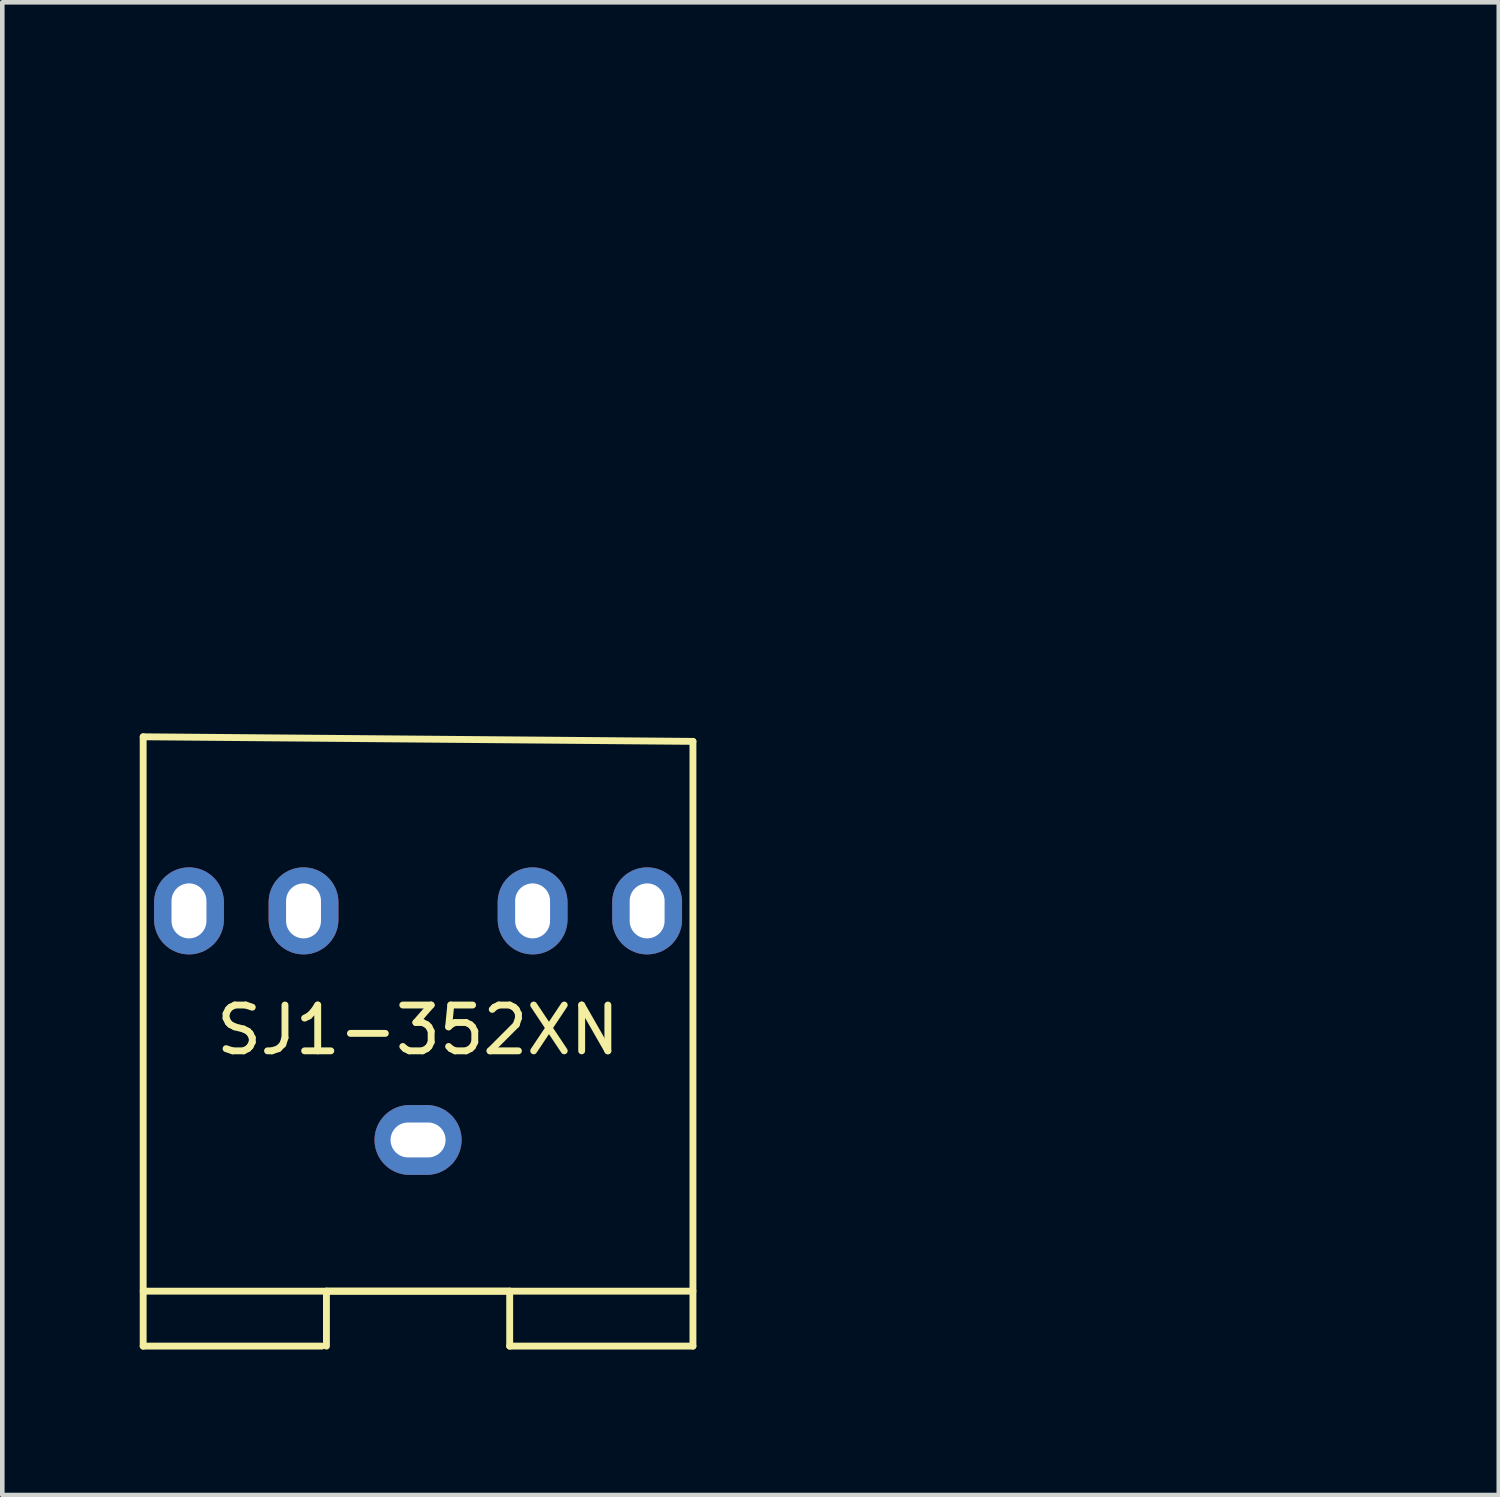
<source format=kicad_pcb>
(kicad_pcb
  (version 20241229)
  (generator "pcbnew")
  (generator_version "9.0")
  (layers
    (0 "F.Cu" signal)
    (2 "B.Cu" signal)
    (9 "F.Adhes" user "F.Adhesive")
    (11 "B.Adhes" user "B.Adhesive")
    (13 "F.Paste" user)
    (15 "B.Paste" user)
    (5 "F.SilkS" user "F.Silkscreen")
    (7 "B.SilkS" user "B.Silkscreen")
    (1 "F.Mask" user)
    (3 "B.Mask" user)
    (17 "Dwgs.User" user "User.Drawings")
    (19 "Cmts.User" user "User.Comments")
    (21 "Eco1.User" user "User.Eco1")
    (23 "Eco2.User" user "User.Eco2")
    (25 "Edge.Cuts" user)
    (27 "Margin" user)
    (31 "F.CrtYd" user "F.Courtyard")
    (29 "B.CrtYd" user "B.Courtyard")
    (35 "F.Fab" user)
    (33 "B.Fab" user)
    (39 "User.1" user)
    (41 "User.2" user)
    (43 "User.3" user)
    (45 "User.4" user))
  (footprint "gyro_logo"
    (layer "F.Cu")
    (at 13.282 4.985)
    (property "Reference" "gyro_logo" (at 0 0 0) (layer "F.Mask") (effects (font (size 1.524 1.524) (thickness 0.3))))
    (attr through_hole)
    (fp_poly (pts (xy 12.555 -4.658) (xy 12.906 -4.499) (xy 13.089 -4.347) (xy 13.263 -4.151) (xy 13.349 -3.97) (xy 13.376 -3.726) (xy 13.377 -3.607) (xy 13.316 -3.169) (xy 13.128 -2.839) (xy 12.805 -2.605) (xy 12.731 -2.572) (xy 12.366 -2.468) (xy 12.04 -2.497) (xy 11.774 -2.61) (xy 11.533 -2.795) (xy 11.34 -3.036) (xy 11.331 -3.053) (xy 11.198 -3.445) (xy 11.209 -3.814) (xy 11.34 -4.14) (xy 11.565 -4.406) (xy 11.859 -4.594) (xy 12.197 -4.684) (xy 12.555 -4.658)) (stroke (width 0.01) (type solid)) (fill yes) (layer "F.Mask"))
    (fp_poly (pts (xy 12.588 -1.167) (xy 12.777 -1.091) (xy 12.98 -0.924) (xy 13.049 -0.857) (xy 13.244 -0.643) (xy 13.341 -0.464) (xy 13.373 -0.245) (xy 13.374 -0.116) (xy 13.35 0.173) (xy 13.293 0.421) (xy 13.263 0.492) (xy 13.015 0.778) (xy 12.675 0.954) (xy 12.289 1.01) (xy 11.9 0.938) (xy 11.675 0.823) (xy 11.383 0.541) (xy 11.227 0.207) (xy 11.197 -0.15) (xy 11.283 -0.497) (xy 11.475 -0.803) (xy 11.761 -1.037) (xy 12.133 -1.168) (xy 12.341 -1.185) (xy 12.588 -1.167)) (stroke (width 0.01) (type solid)) (fill yes) (layer "F.Mask"))
    (fp_poly (pts (xy 2.288 -4.768) (xy 2.725 -4.505) (xy 2.773 -4.463) (xy 2.941 -4.228) (xy 2.969 -3.995) (xy 2.883 -3.791) (xy 2.712 -3.641) (xy 2.482 -3.574) (xy 2.22 -3.617) (xy 2.032 -3.725) (xy 1.731 -3.864) (xy 1.375 -3.889) (xy 1.035 -3.799) (xy 0.89 -3.711) (xy 0.755 -3.594) (xy 0.649 -3.466) (xy 0.568 -3.306) (xy 0.509 -3.094) (xy 0.468 -2.807) (xy 0.443 -2.427) (xy 0.429 -1.931) (xy 0.424 -1.298) (xy 0.423 -0.86) (xy 0.421 -0.159) (xy 0.414 0.388) (xy 0.401 0.795) (xy 0.381 1.078) (xy 0.355 1.252) (xy 0.32 1.331) (xy 0.318 1.334) (xy 0.044 1.47) (xy -0.224 1.438) (xy -0.368 1.35) (xy -0.593 1.173) (xy -0.593 -1.699) (xy -0.592 -2.474) (xy -0.59 -3.096) (xy -0.586 -3.585) (xy -0.579 -3.958) (xy -0.567 -4.233) (xy -0.549 -4.428) (xy -0.526 -4.56) (xy -0.494 -4.647) (xy -0.455 -4.707) (xy -0.423 -4.741) (xy -0.192 -4.889) (xy 0.056 -4.873) (xy 0.275 -4.743) (xy 0.427 -4.638) (xy 0.552 -4.624) (xy 0.73 -4.696) (xy 0.773 -4.718) (xy 1.272 -4.88) (xy 1.79 -4.895) (xy 2.288 -4.768)) (stroke (width 0.01) (type solid)) (fill yes) (layer "F.Mask"))
    (fp_poly (pts (xy 7.246 -4.901) (xy 7.729 -4.749) (xy 8.148 -4.477) (xy 8.385 -4.216) (xy 8.583 -3.913) (xy 8.728 -3.606) (xy 8.828 -3.262) (xy 8.891 -2.848) (xy 8.922 -2.332) (xy 8.93 -1.693) (xy 8.917 -1.024) (xy 8.877 -0.493) (xy 8.8 -0.071) (xy 8.677 0.271) (xy 8.5 0.563) (xy 8.259 0.835) (xy 8.126 0.959) (xy 7.652 1.3) (xy 7.157 1.476) (xy 6.622 1.493) (xy 6.232 1.419) (xy 5.88 1.255) (xy 5.527 0.966) (xy 5.21 0.594) (xy 4.971 0.18) (xy 4.923 0.064) (xy 4.728 -0.675) (xy 4.646 -1.513) (xy 4.657 -1.866) (xy 5.728 -1.866) (xy 5.741 -1.221) (xy 5.807 -0.711) (xy 5.931 -0.308) (xy 6.122 0.015) (xy 6.225 0.135) (xy 6.533 0.365) (xy 6.859 0.429) (xy 7.189 0.325) (xy 7.353 0.209) (xy 7.584 -0.042) (xy 7.749 -0.364) (xy 7.853 -0.781) (xy 7.906 -1.32) (xy 7.915 -1.778) (xy 7.91 -2.228) (xy 7.891 -2.554) (xy 7.852 -2.803) (xy 7.787 -3.021) (xy 7.712 -3.2) (xy 7.49 -3.577) (xy 7.224 -3.797) (xy 6.897 -3.87) (xy 6.69 -3.853) (xy 6.348 -3.732) (xy 6.085 -3.495) (xy 5.898 -3.13) (xy 5.781 -2.628) (xy 5.73 -1.979) (xy 5.728 -1.866) (xy 4.657 -1.866) (xy 4.671 -2.334) (xy 4.762 -3.003) (xy 4.913 -3.544) (xy 5.135 -3.988) (xy 5.354 -4.278) (xy 5.755 -4.619) (xy 6.226 -4.836) (xy 6.735 -4.93) (xy 7.246 -4.901)) (stroke (width 0.01) (type solid)) (fill yes) (layer "F.Mask"))
    (fp_poly (pts (xy -6.483 -4.867) (xy -6.331 -4.763) (xy -6.265 -4.642) (xy -6.153 -4.387) (xy -6.004 -4.023) (xy -5.829 -3.574) (xy -5.637 -3.065) (xy -5.543 -2.811) (xy -5.353 -2.299) (xy -5.178 -1.849) (xy -5.029 -1.483) (xy -4.914 -1.222) (xy -4.842 -1.088) (xy -4.824 -1.075) (xy -4.783 -1.173) (xy -4.704 -1.409) (xy -4.593 -1.759) (xy -4.458 -2.199) (xy -4.307 -2.702) (xy -4.243 -2.921) (xy -4.061 -3.525) (xy -3.898 -4.033) (xy -3.76 -4.426) (xy -3.652 -4.689) (xy -3.581 -4.805) (xy -3.338 -4.902) (xy -3.081 -4.881) (xy -2.861 -4.763) (xy -2.727 -4.568) (xy -2.709 -4.453) (xy -2.732 -4.345) (xy -2.798 -4.09) (xy -2.902 -3.704) (xy -3.039 -3.205) (xy -3.206 -2.609) (xy -3.397 -1.93) (xy -3.609 -1.187) (xy -3.836 -0.394) (xy -3.872 -0.27) (xy -4.155 0.709) (xy -4.398 1.537) (xy -4.604 2.227) (xy -4.778 2.79) (xy -4.923 3.24) (xy -5.044 3.59) (xy -5.144 3.85) (xy -5.227 4.035) (xy -5.29 4.144) (xy -5.562 4.451) (xy -5.906 4.7) (xy -6.283 4.877) (xy -6.655 4.967) (xy -6.983 4.954) (xy -7.176 4.869) (xy -7.326 4.669) (xy -7.376 4.403) (xy -7.327 4.137) (xy -7.178 3.942) (xy -6.982 3.841) (xy -6.843 3.81) (xy -6.534 3.734) (xy -6.249 3.534) (xy -6.105 3.351) (xy -6.02 3.17) (xy -5.905 2.868) (xy -5.773 2.485) (xy -5.64 2.064) (xy -5.634 2.045) (xy -5.32 1) (xy -6.015 -0.876) (xy -6.232 -1.46) (xy -6.448 -2.041) (xy -6.65 -2.583) (xy -6.825 -3.05) (xy -6.96 -3.408) (xy -6.999 -3.509) (xy -7.163 -3.993) (xy -7.234 -4.353) (xy -7.212 -4.609) (xy -7.099 -4.778) (xy -7.026 -4.827) (xy -6.748 -4.906) (xy -6.483 -4.867)) (stroke (width 0.01) (type solid)) (fill yes) (layer "F.Mask"))
    (fp_poly (pts (xy -10.833 -4.953) (xy -10.442 -4.819) (xy -10.215 -4.717) (xy -10.081 -4.692) (xy -9.985 -4.738) (xy -9.943 -4.777) (xy -9.752 -4.885) (xy -9.61 -4.911) (xy -9.491 -4.906) (xy -9.395 -4.881) (xy -9.319 -4.819) (xy -9.261 -4.703) (xy -9.216 -4.516) (xy -9.182 -4.241) (xy -9.156 -3.862) (xy -9.136 -3.361) (xy -9.117 -2.723) (xy -9.101 -2.06) (xy -9.078 -0.908) (xy -9.069 0.083) (xy -9.074 0.917) (xy -9.094 1.604) (xy -9.129 2.148) (xy -9.179 2.557) (xy -9.243 2.836) (xy -9.414 3.17) (xy -9.685 3.501) (xy -10.008 3.779) (xy -10.332 3.956) (xy -10.384 3.973) (xy -10.917 4.051) (xy -11.503 4.021) (xy -11.859 3.948) (xy -12.303 3.78) (xy -12.625 3.556) (xy -12.811 3.292) (xy -12.849 3.003) (xy -12.798 2.832) (xy -12.63 2.629) (xy -12.387 2.568) (xy -12.091 2.653) (xy -11.957 2.732) (xy -11.499 2.954) (xy -11.032 3.008) (xy -10.735 2.959) (xy -10.482 2.855) (xy -10.329 2.683) (xy -10.281 2.58) (xy -10.231 2.396) (xy -10.192 2.131) (xy -10.166 1.832) (xy -10.156 1.545) (xy -10.163 1.317) (xy -10.191 1.195) (xy -10.205 1.185) (xy -10.301 1.227) (xy -10.468 1.328) (xy -10.475 1.332) (xy -10.768 1.442) (xy -11.171 1.479) (xy -11.698 1.397) (xy -12.174 1.164) (xy -12.57 0.796) (xy -12.649 0.69) (xy -12.921 0.174) (xy -13.119 -0.454) (xy -13.238 -1.153) (xy -13.273 -1.811) (xy -12.23 -1.811) (xy -12.194 -1.223) (xy -12.096 -0.669) (xy -11.94 -0.192) (xy -11.726 0.169) (xy -11.702 0.197) (xy -11.445 0.411) (xy -11.163 0.485) (xy -10.819 0.426) (xy -10.667 0.371) (xy -10.435 0.251) (xy -10.27 0.118) (xy -10.242 0.08) (xy -10.217 -0.049) (xy -10.195 -0.32) (xy -10.177 -0.705) (xy -10.165 -1.176) (xy -10.16 -1.706) (xy -10.16 -1.809) (xy -10.16 -3.544) (xy -10.376 -3.713) (xy -10.734 -3.9) (xy -11.115 -3.94) (xy -11.478 -3.84) (xy -11.784 -3.61) (xy -11.939 -3.384) (xy -12.105 -2.932) (xy -12.201 -2.394) (xy -12.23 -1.811) (xy -13.273 -1.811) (xy -13.277 -1.884) (xy -13.232 -2.604) (xy -13.102 -3.274) (xy -12.944 -3.725) (xy -12.649 -4.222) (xy -12.266 -4.604) (xy -11.819 -4.86) (xy -11.333 -4.98) (xy -10.833 -4.953)) (stroke (width 0.01) (type solid)) (fill yes) (layer "F.Mask")))
  (footprint "SJ1-352XN"
    (layer "F.Cu")
    (at 6.075 26.332)
    (property "Reference" "SJ1-352XN" (at 0 -6.9 0) (layer "F.SilkS") (effects (font (size 1 1) (thickness 0.15))))
    (attr through_hole)
    (fp_line (start -6 -13.3) (end -6 0) (stroke (width 0.15) (type solid)) (layer "F.SilkS"))
    (fp_line (start -6 0) (end -2.1 0) (stroke (width 0.15) (type solid)) (layer "F.SilkS"))
    (fp_line (start -2 -1.2) (end 2 -1.2) (stroke (width 0.15) (type solid)) (layer "F.SilkS"))
    (fp_line (start -2 0) (end -2 -1.2) (stroke (width 0.15) (type solid)) (layer "F.SilkS"))
    (fp_line (start 2 -1.2) (end 2 0) (stroke (width 0.15) (type solid)) (layer "F.SilkS"))
    (fp_line (start 2 0) (end 6 0) (stroke (width 0.15) (type solid)) (layer "F.SilkS"))
    (fp_line (start 6 -13.2) (end -6 -13.3) (stroke (width 0.15) (type solid)) (layer "F.SilkS"))
    (fp_line (start 6 -1.2) (end -6 -1.2) (stroke (width 0.15) (type solid)) (layer "F.SilkS"))
    (fp_line (start 6 0) (end 6 -13.2) (stroke (width 0.15) (type solid)) (layer "F.SilkS"))
    (pad "1" thru_hole oval (at 0 -4.5) (size 1.9 1.524) (drill oval 1.2 0.762) (layers "*.Cu" "*.Mask"))
    (pad "2" thru_hole oval (at 5 -9.5 90) (size 1.9 1.524) (drill oval 1.2 0.762) (layers "*.Cu" "*.Mask"))
    (pad "3" thru_hole oval (at -5 -9.5 90) (size 1.9 1.524) (drill oval 1.2 0.762) (layers "*.Cu" "*.Mask"))
    (pad "4" thru_hole oval (at 2.5 -9.5 90) (size 1.9 1.524) (drill oval 1.2 0.762) (layers "*.Cu" "*.Mask"))
    (pad "5" thru_hole oval (at -2.5 -9.5 90) (size 1.9 1.524) (drill oval 1.2 0.762) (layers "*.Cu" "*.Mask")))
  (gr_rect
    (start -3 -3)
    (end 29.664 29.582)
    (stroke (width 0.1) (type default))
    (fill no)
    (layer "Edge.Cuts")))
</source>
